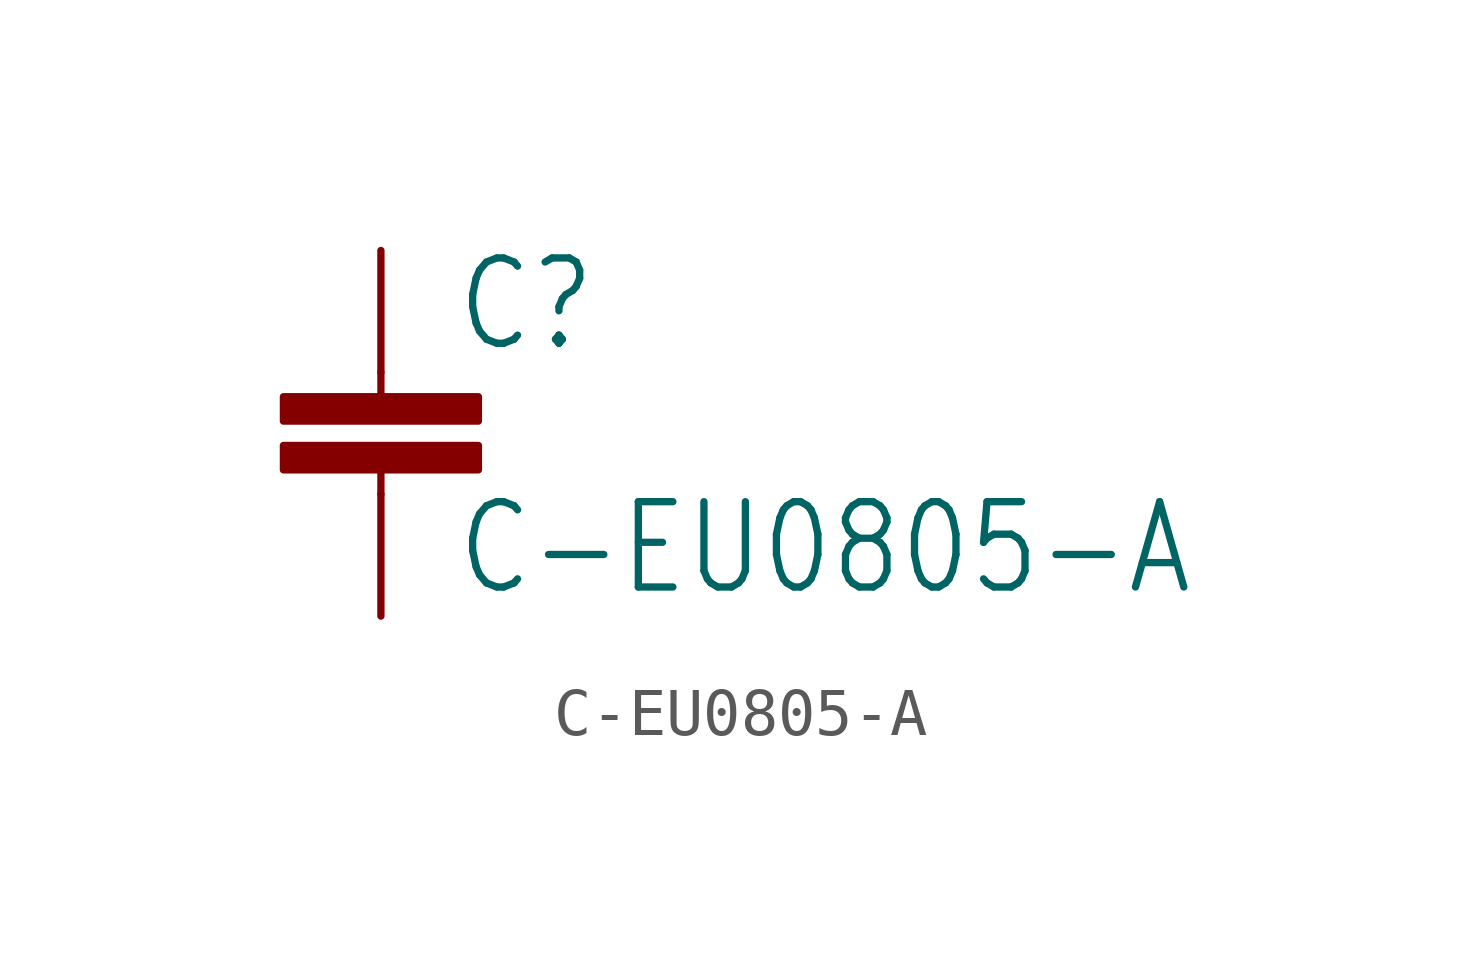
<source format=kicad_sym>
(kicad_symbol_lib
  (version 20210619)
  (generator kicad_symbol_editor)
  (symbol "C-EU0805-A"
    (property "Reference" "C"
      (at 1.524 0.381 0)
      (effects (font (size 1.778 1.511)) (justify left bottom)))
    (property "Value" "C-EU0805-A"
      (at 1.524 -4.699 0)
      (effects (font (size 1.778 1.511)) (justify left bottom)))
    (property "ki_locked" ""
      (at 0 0 0)
      (effects (font (size 1.27 1.27))))
    (symbol "C-EU0805-A_1_0"
      (rectangle (start -2.032 -2.032) (end 2.032 -1.524) (stroke (width 0)) (fill (type outline)))
      (rectangle (start -2.032 -1.016) (end 2.032 -0.508) (stroke (width 0)) (fill (type outline)))
      (polyline (pts (xy 0 -2.54) (xy 0 -2.032)) (stroke (width 0.152)) (fill (type none)))
      (polyline (pts (xy 0 0) (xy 0 -0.508)) (stroke (width 0.152)) (fill (type none)))
      (pin passive line (at 0 2.54 270) (length 2.54) (name "1" (effects (font (size 0 0)))) (number "1" (effects (font (size 0 0)))))
      (pin passive line (at 0 -5.08 90) (length 2.54) (name "2" (effects (font (size 0 0)))) (number "2" (effects (font (size 0 0))))))))
</source>
